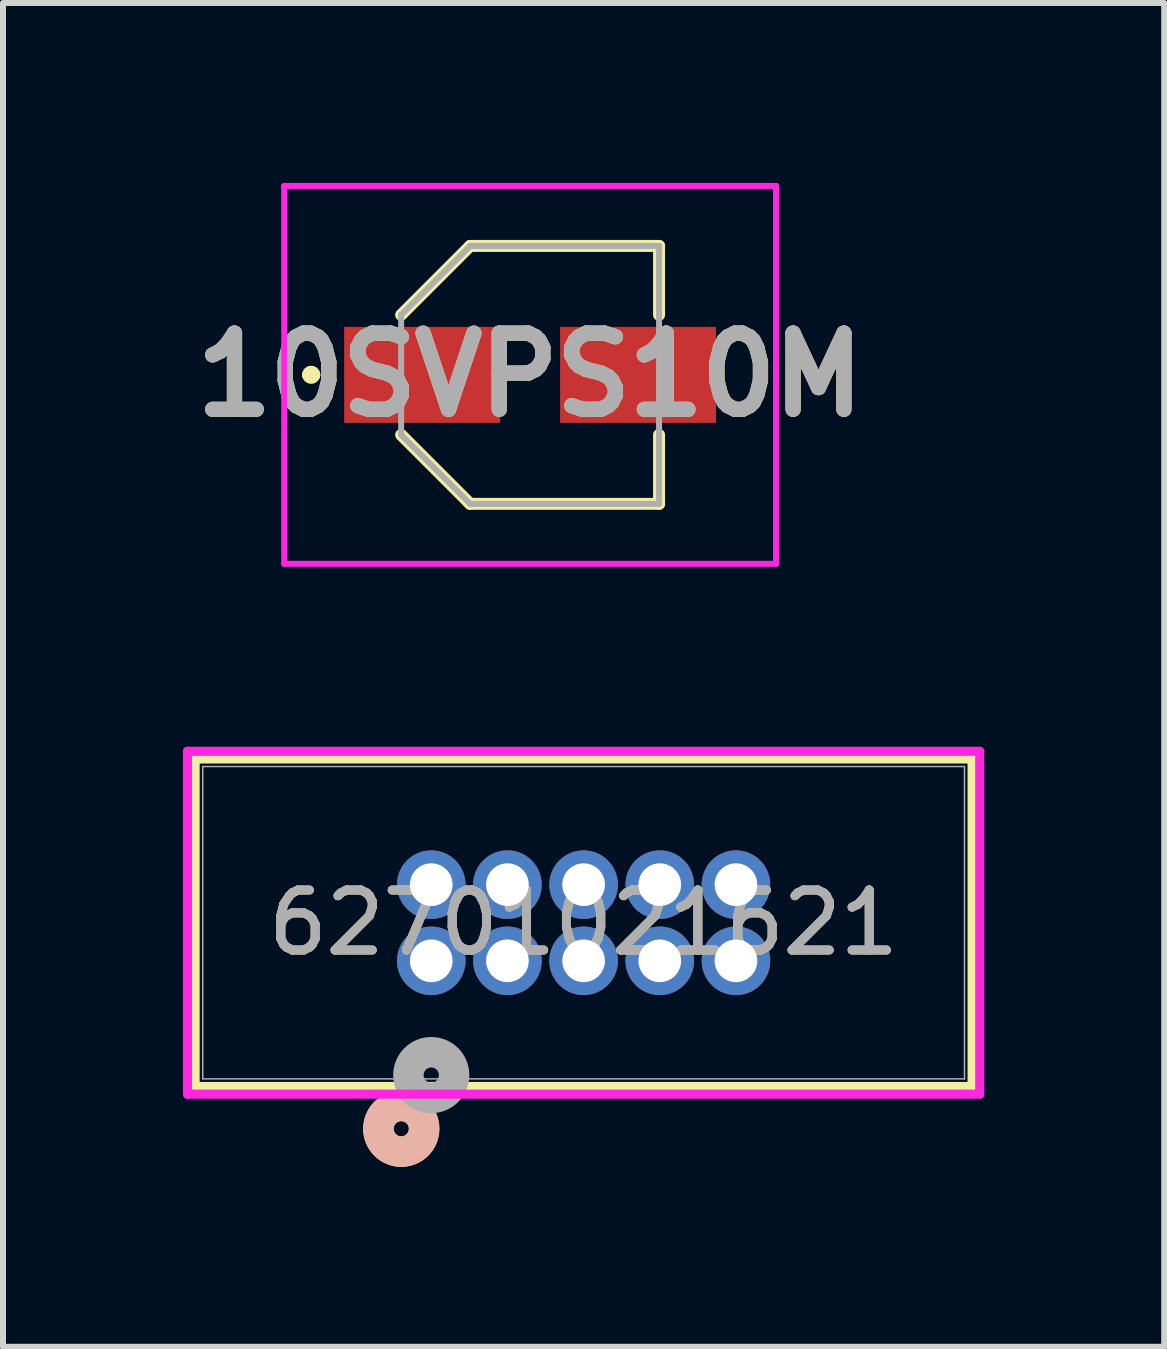
<source format=kicad_pcb>
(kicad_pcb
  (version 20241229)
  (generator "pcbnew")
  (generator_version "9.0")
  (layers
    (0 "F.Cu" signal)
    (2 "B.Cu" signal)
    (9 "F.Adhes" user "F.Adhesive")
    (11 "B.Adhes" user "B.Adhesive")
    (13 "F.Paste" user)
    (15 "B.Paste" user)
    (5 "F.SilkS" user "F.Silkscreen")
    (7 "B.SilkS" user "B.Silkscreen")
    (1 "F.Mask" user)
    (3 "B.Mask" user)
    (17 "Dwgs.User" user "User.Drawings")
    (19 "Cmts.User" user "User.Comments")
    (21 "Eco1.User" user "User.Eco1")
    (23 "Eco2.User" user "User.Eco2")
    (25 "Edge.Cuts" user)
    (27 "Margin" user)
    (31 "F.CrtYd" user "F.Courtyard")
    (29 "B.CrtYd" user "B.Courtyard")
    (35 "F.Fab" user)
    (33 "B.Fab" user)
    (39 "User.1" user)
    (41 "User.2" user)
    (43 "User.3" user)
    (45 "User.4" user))
  (footprint "62701021621"
    (layer "F.Cu")
    (at 4.14 12.969)
    (property "Reference" "62701021621" (at 2.54 -0.635 0) (unlocked yes) (layer "F.SilkS") (effects (font (size 1 1) (thickness 0.15))))
    (attr through_hole)
    (fp_line (start -3.937 -3.365) (end -3.937 2.095) (stroke (width 0.152) (type solid)) (layer "F.SilkS"))
    (fp_line (start -3.937 2.095) (end 9.017 2.095) (stroke (width 0.152) (type solid)) (layer "F.SilkS"))
    (fp_line (start 9.017 -3.365) (end -3.937 -3.365) (stroke (width 0.152) (type solid)) (layer "F.SilkS"))
    (fp_line (start 9.017 2.095) (end 9.017 -3.365) (stroke (width 0.152) (type solid)) (layer "F.SilkS"))
    (fp_circle (center -0.5 2.8) (end -0.119 2.8) (stroke (width 0.508) (type solid)) (fill no) (layer "F.SilkS"))
    (fp_circle (center -0.5 2.8) (end -0.119 2.8) (stroke (width 0.508) (type solid)) (fill no) (layer "B.SilkS"))
    (fp_line (start -4.064 -3.493) (end -4.064 2.223) (stroke (width 0.152) (type solid)) (layer "F.CrtYd"))
    (fp_line (start -4.064 2.223) (end 9.144 2.223) (stroke (width 0.152) (type solid)) (layer "F.CrtYd"))
    (fp_line (start 9.144 -3.493) (end -4.064 -3.493) (stroke (width 0.152) (type solid)) (layer "F.CrtYd"))
    (fp_line (start 9.144 2.223) (end 9.144 -3.493) (stroke (width 0.152) (type solid)) (layer "F.CrtYd"))
    (fp_line (start -3.81 -3.239) (end -3.81 1.968) (stroke (width 0.025) (type solid)) (layer "F.Fab"))
    (fp_line (start -3.81 1.968) (end 8.89 1.968) (stroke (width 0.025) (type solid)) (layer "F.Fab"))
    (fp_line (start 8.89 -3.239) (end -3.81 -3.239) (stroke (width 0.025) (type solid)) (layer "F.Fab"))
    (fp_line (start 8.89 1.968) (end 8.89 -3.239) (stroke (width 0.025) (type solid)) (layer "F.Fab"))
    (fp_circle (center 0 1.905) (end 0.381 1.905) (stroke (width 0.508) (type solid)) (fill no) (layer "F.Fab"))
    (fp_text user "${REFERENCE}" (at 2.54 -0.635 0) (unlocked yes) (layer "F.Fab") (effects (font (size 1 1) (thickness 0.15))))
    (pad "1" thru_hole circle (at 0 0) (size 1.143 1.143) (drill 0.711) (layers "*.Cu" "*.Mask"))
    (pad "2" thru_hole circle (at 0 -1.27) (size 1.143 1.143) (drill 0.711) (layers "*.Cu" "*.Mask"))
    (pad "3" thru_hole circle (at 1.27 0) (size 1.143 1.143) (drill 0.711) (layers "*.Cu" "*.Mask"))
    (pad "4" thru_hole circle (at 1.27 -1.27) (size 1.143 1.143) (drill 0.711) (layers "*.Cu" "*.Mask"))
    (pad "5" thru_hole circle (at 2.54 0) (size 1.143 1.143) (drill 0.711) (layers "*.Cu" "*.Mask"))
    (pad "6" thru_hole circle (at 2.54 -1.27) (size 1.143 1.143) (drill 0.711) (layers "*.Cu" "*.Mask"))
    (pad "7" thru_hole circle (at 3.81 0) (size 1.143 1.143) (drill 0.711) (layers "*.Cu" "*.Mask"))
    (pad "8" thru_hole circle (at 3.81 -1.27) (size 1.143 1.143) (drill 0.711) (layers "*.Cu" "*.Mask"))
    (pad "9" thru_hole circle (at 5.08 0) (size 1.143 1.143) (drill 0.711) (layers "*.Cu" "*.Mask"))
    (pad "10" thru_hole circle (at 5.08 -1.27) (size 1.143 1.143) (drill 0.711) (layers "*.Cu" "*.Mask")))
  (footprint "10SVPS10M"
    (layer "F.Cu")
    (at 5.788 3.2)
    (property "Reference" "10SVPS10M" (at 0 0 0) (layer "F.SilkS") (effects (font (size 1.27 1.27) (thickness 0.254))))
    (attr smd)
    (fp_line (start -3.7 0) (end -3.7 0) (stroke (width 0.2) (type solid)) (layer "F.SilkS"))
    (fp_line (start -3.6 0) (end -3.6 0) (stroke (width 0.2) (type solid)) (layer "F.SilkS"))
    (fp_line (start -3.6 0) (end -3.6 0) (stroke (width 0.2) (type solid)) (layer "F.SilkS"))
    (fp_line (start -2.15 -1) (end -1 -2.15) (stroke (width 0.2) (type solid)) (layer "F.SilkS"))
    (fp_line (start -2.15 1) (end -1 2.15) (stroke (width 0.2) (type solid)) (layer "F.SilkS"))
    (fp_line (start -1 -2.15) (end 2.15 -2.15) (stroke (width 0.2) (type solid)) (layer "F.SilkS"))
    (fp_line (start -1 2.15) (end 2.15 2.15) (stroke (width 0.2) (type solid)) (layer "F.SilkS"))
    (fp_line (start 2.15 -2.15) (end 2.15 -1) (stroke (width 0.2) (type solid)) (layer "F.SilkS"))
    (fp_line (start 2.15 2.15) (end 2.15 1) (stroke (width 0.2) (type solid)) (layer "F.SilkS"))
    (fp_arc (start -3.7 0) (mid -3.65 -0.05) (end -3.6 0) (stroke (width 0.2) (type solid)) (layer "F.SilkS"))
    (fp_arc (start -3.7 0) (mid -3.65 -0.05) (end -3.6 0) (stroke (width 0.2) (type solid)) (layer "F.SilkS"))
    (fp_arc (start -3.6 0) (mid -3.65 0.05) (end -3.7 0) (stroke (width 0.2) (type solid)) (layer "F.SilkS"))
    (fp_line (start -4.1 -3.15) (end 4.1 -3.15) (stroke (width 0.1) (type solid)) (layer "F.CrtYd"))
    (fp_line (start -4.1 3.15) (end -4.1 -3.15) (stroke (width 0.1) (type solid)) (layer "F.CrtYd"))
    (fp_line (start 4.1 -3.15) (end 4.1 3.15) (stroke (width 0.1) (type solid)) (layer "F.CrtYd"))
    (fp_line (start 4.1 3.15) (end -4.1 3.15) (stroke (width 0.1) (type solid)) (layer "F.CrtYd"))
    (fp_line (start -2.15 -1) (end -1 -2.15) (stroke (width 0.1) (type solid)) (layer "F.Fab"))
    (fp_line (start -2.15 1) (end -2.15 -1) (stroke (width 0.1) (type solid)) (layer "F.Fab"))
    (fp_line (start -1 -2.15) (end 2.15 -2.15) (stroke (width 0.1) (type solid)) (layer "F.Fab"))
    (fp_line (start -1 2.15) (end -2.15 1) (stroke (width 0.1) (type solid)) (layer "F.Fab"))
    (fp_line (start 2.15 -2.15) (end 2.15 2.15) (stroke (width 0.1) (type solid)) (layer "F.Fab"))
    (fp_line (start 2.15 2.15) (end -1 2.15) (stroke (width 0.1) (type solid)) (layer "F.Fab"))
    (fp_text user "${REFERENCE}" (at 0 0 0) (layer "F.Fab") (effects (font (size 1.27 1.27) (thickness 0.254))))
    (pad "1" smd rect (at -1.8 0 90) (size 1.6 2.6) (layers "F.Cu" "F.Mask" "F.Paste"))
    (pad "2" smd rect (at 1.8 0 90) (size 1.6 2.6) (layers "F.Cu" "F.Mask" "F.Paste")))
  (gr_rect
    (start -3 -3)
    (end 16.36 19.404)
    (stroke (width 0.1) (type default))
    (fill no)
    (layer "Edge.Cuts")))
</source>
